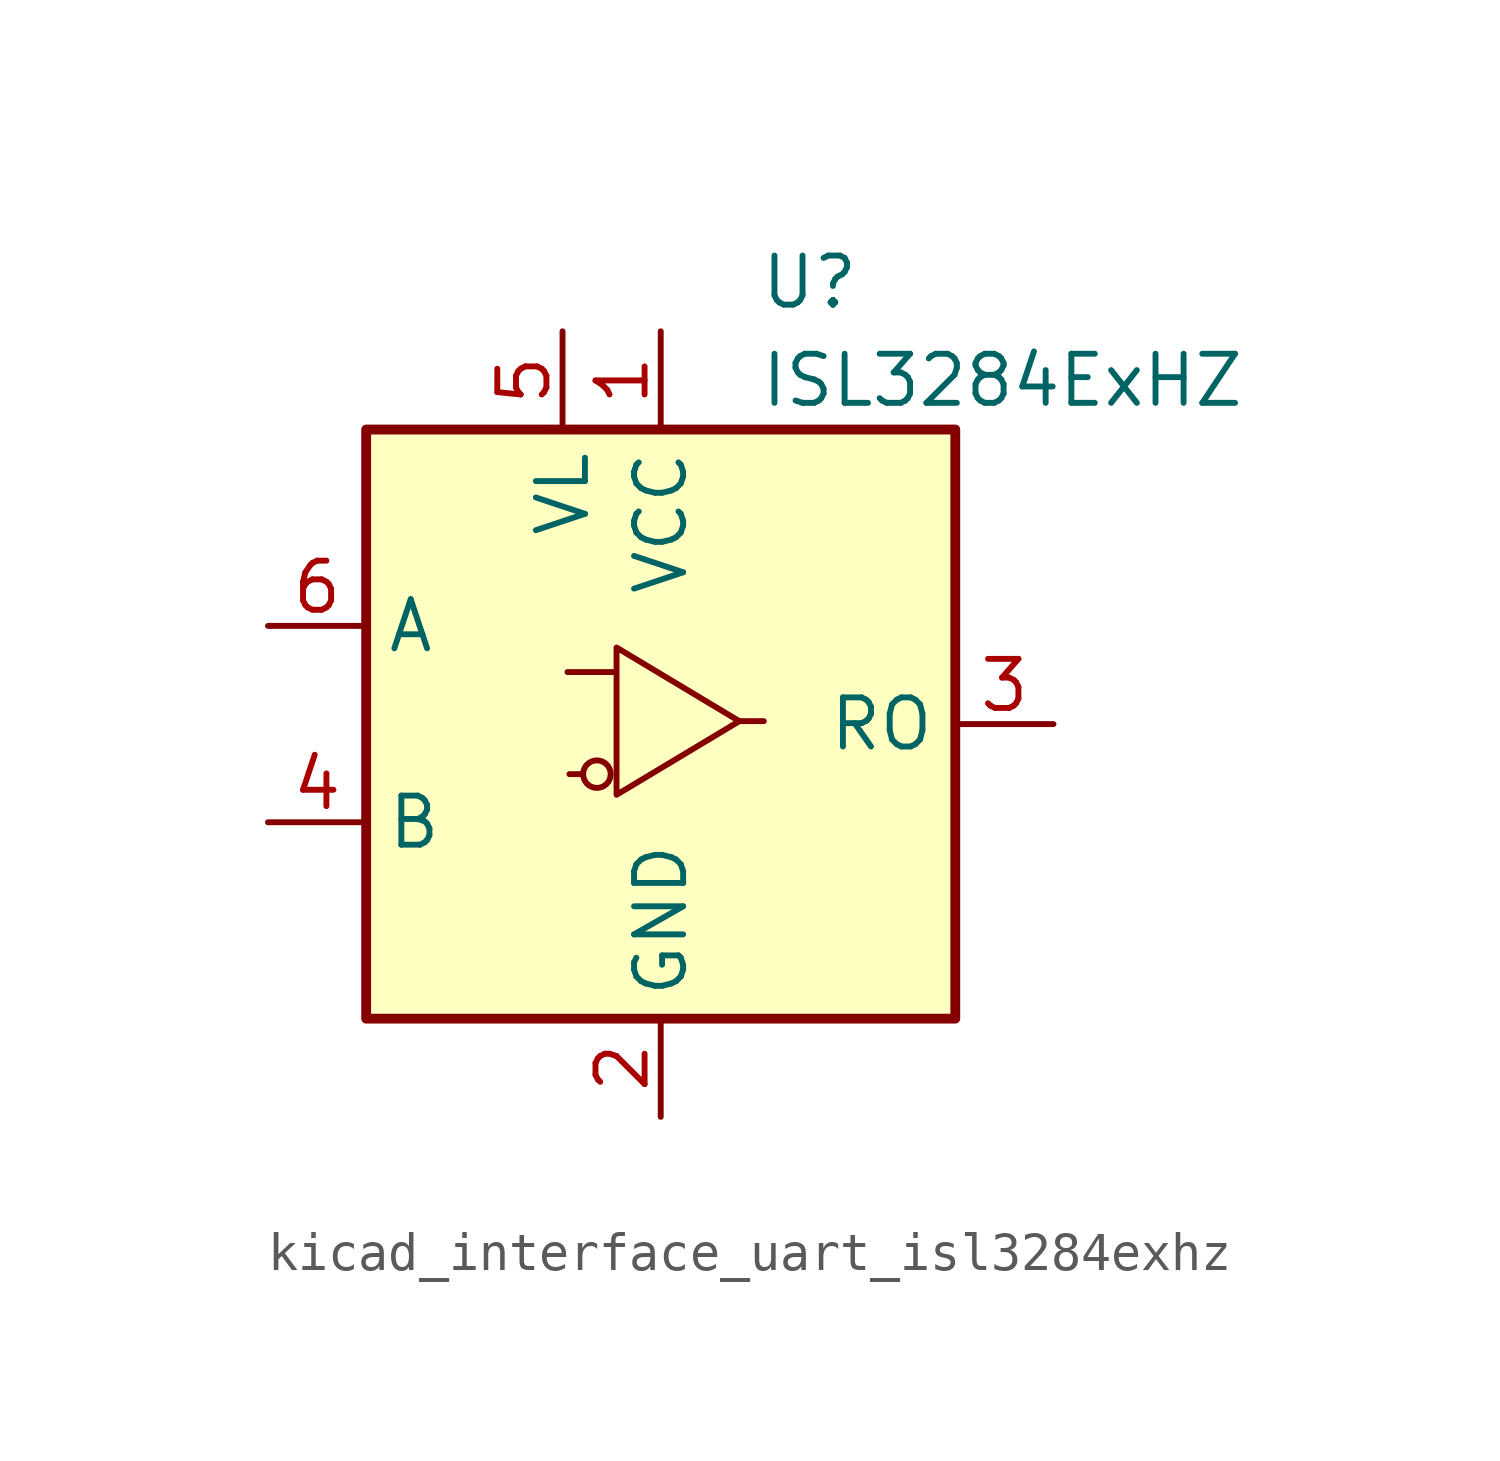
<source format=kicad_sym>
(kicad_symbol_lib
  (version 20220914)
  (generator kicad_symbol_editor)
  (symbol "kicad_interface_uart_isl3284exhz"
    (property "Reference" "U"
      (at 2.54 11.43 0)
      (effects (font (size 1.27 1.27)) (justify left)))
    (property "Value" "ISL3284ExHZ"
      (at 2.54 8.89 0)
      (effects (font (size 1.27 1.27)) (justify left)))
    (symbol "kicad_interface_uart_isl3284exhz_0_1"
      (rectangle (start 7.62 7.62) (end -7.62 -7.62) (stroke (width 0.254) (type default)) (fill (type background))))
    (symbol "kicad_interface_uart_isl3284exhz_1_1"
      (circle (center -1.651 -1.295) (radius 0.356) (stroke (width 0) (type default)) (fill (type none)))
      (polyline (pts (xy -2.057 -1.295) (xy -2.362 -1.295)) (stroke (width 0) (type default)) (fill (type none)))
      (polyline (pts (xy 2.032 0.076) (xy 2.667 0.076)) (stroke (width 0) (type default)) (fill (type none)))
      (polyline (pts (xy -1.143 1.981) (xy -1.143 -1.829) (xy 2.032 0.076) (xy -1.143 1.981) (xy -1.143 1.346) (xy -2.413 1.346)) (stroke (width 0) (type default)) (fill (type none)))
      (pin power_in line (at 0 10.16 270) (length 2.54) (name "VCC" (effects (font (size 1.27 1.27)))) (number "1" (effects (font (size 1.27 1.27)))))
      (pin power_in line (at 0 -10.16 90) (length 2.54) (name "GND" (effects (font (size 1.27 1.27)))) (number "2" (effects (font (size 1.27 1.27)))))
      (pin output line (at 10.16 0 180) (length 2.54) (name "RO" (effects (font (size 1.27 1.27)))) (number "3" (effects (font (size 1.27 1.27)))))
      (pin input line (at -10.16 -2.54 0) (length 2.54) (name "B" (effects (font (size 1.27 1.27)))) (number "4" (effects (font (size 1.27 1.27)))))
      (pin power_in line (at -2.54 10.16 270) (length 2.54) (name "VL" (effects (font (size 1.27 1.27)))) (number "5" (effects (font (size 1.27 1.27)))))
      (pin input line (at -10.16 2.54 0) (length 2.54) (name "A" (effects (font (size 1.27 1.27)))) (number "6" (effects (font (size 1.27 1.27))))))))
</source>
